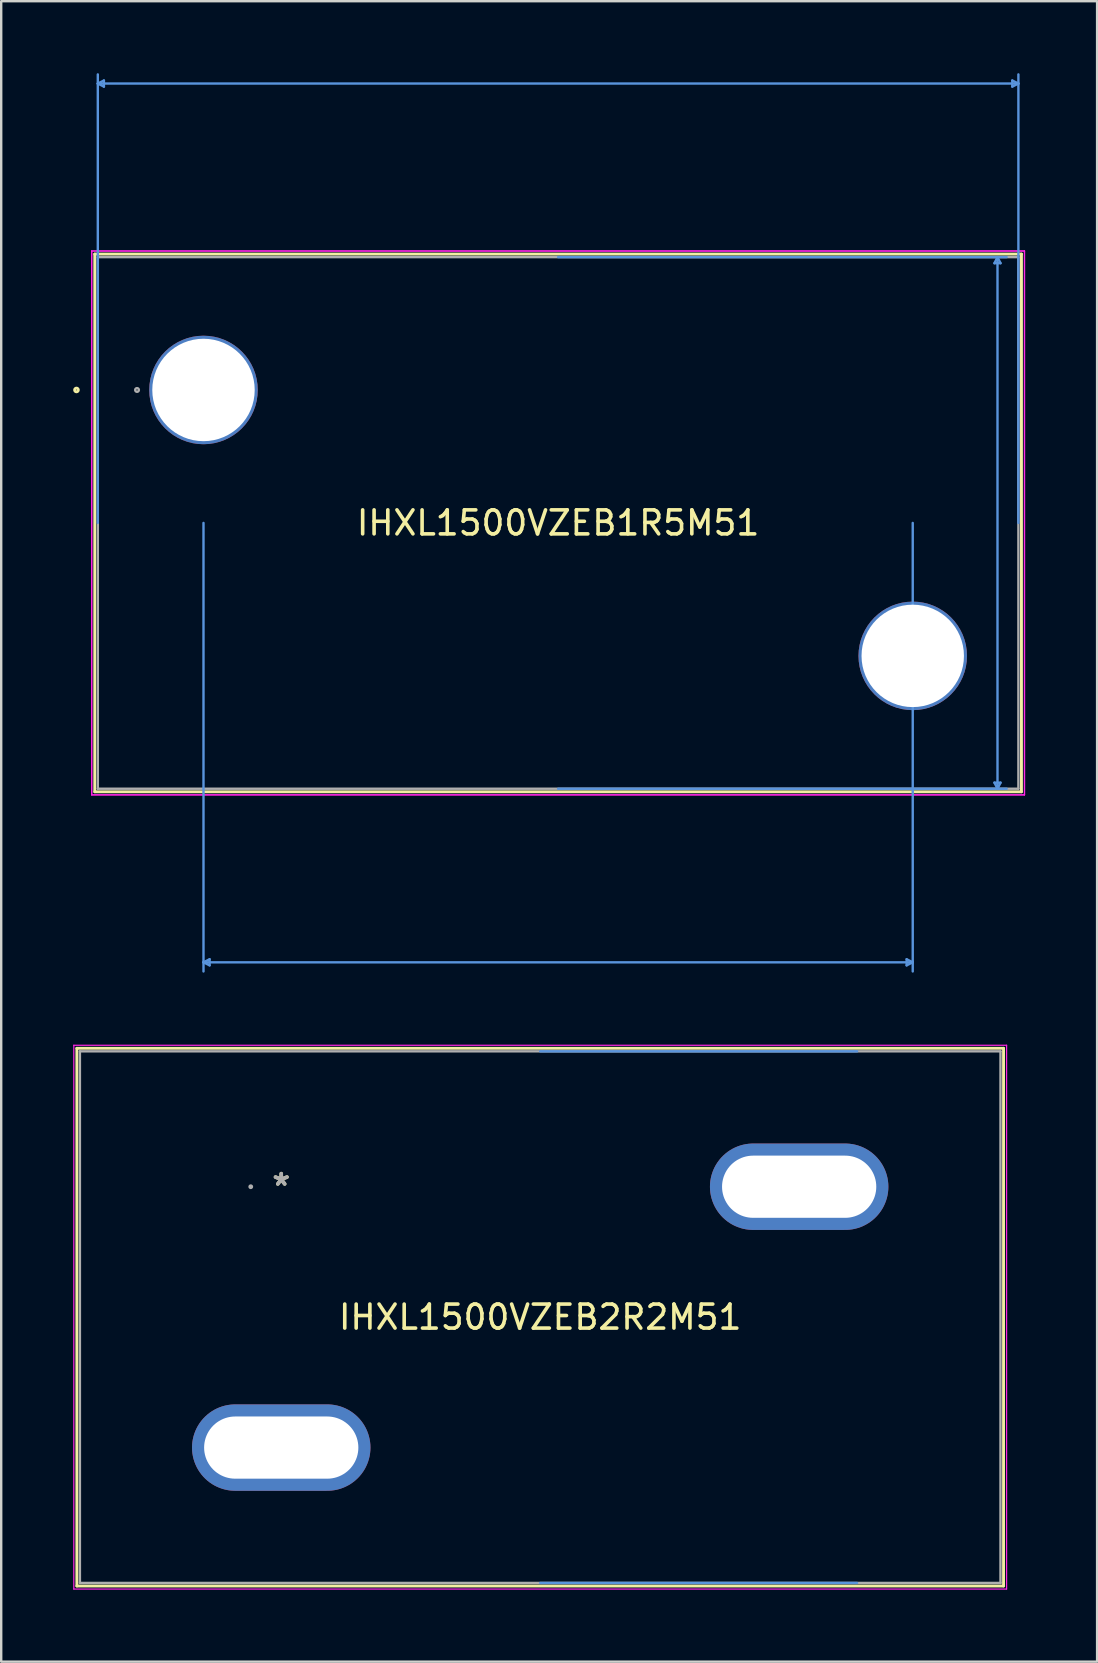
<source format=kicad_pcb>
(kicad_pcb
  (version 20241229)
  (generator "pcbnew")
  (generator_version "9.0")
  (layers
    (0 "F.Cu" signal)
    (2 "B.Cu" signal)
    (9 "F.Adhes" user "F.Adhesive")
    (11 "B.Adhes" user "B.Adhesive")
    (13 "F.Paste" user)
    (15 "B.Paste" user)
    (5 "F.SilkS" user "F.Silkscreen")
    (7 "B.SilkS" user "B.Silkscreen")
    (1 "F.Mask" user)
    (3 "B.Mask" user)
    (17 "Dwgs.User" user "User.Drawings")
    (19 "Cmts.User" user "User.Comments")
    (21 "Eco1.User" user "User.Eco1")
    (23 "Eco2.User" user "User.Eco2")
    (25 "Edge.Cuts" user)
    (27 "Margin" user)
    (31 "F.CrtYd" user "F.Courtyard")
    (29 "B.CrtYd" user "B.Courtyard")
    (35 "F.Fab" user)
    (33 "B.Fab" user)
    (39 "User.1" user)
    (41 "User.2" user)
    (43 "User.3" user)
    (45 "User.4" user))
  (footprint "IHXL1500VZEB2R2M51"
    (layer "F.Cu")
    (at 8.667 46.392)
    (property "Reference" "IHXL1500VZEB2R2M51" (at 10.789 5.434 0) (layer "F.SilkS") (effects (font (size 1 1) (thickness 0.15))))
    (attr through_hole)
    (fp_line (start -8.515 -5.767) (end -8.515 16.635) (stroke (width 0.12) (type solid)) (layer "F.SilkS"))
    (fp_line (start 30.093 -5.767) (end -8.515 -5.767) (stroke (width 0.12) (type solid)) (layer "F.SilkS"))
    (fp_line (start 30.093 -5.767) (end 30.093 16.635) (stroke (width 0.12) (type solid)) (layer "F.SilkS"))
    (fp_line (start 30.093 16.635) (end -8.515 16.635) (stroke (width 0.12) (type solid)) (layer "F.SilkS"))
    (fp_line (start 10.789 -5.64) (end 23.991 -5.64) (stroke (width 0.1) (type solid)) (layer "Cmts.User"))
    (fp_line (start 10.789 16.508) (end 23.991 16.508) (stroke (width 0.1) (type solid)) (layer "Cmts.User"))
    (fp_line (start -8.642 -5.894) (end 30.22 -5.894) (stroke (width 0.05) (type solid)) (layer "F.CrtYd"))
    (fp_line (start -8.642 16.762) (end -8.642 -5.894) (stroke (width 0.05) (type solid)) (layer "F.CrtYd"))
    (fp_line (start 30.22 -5.894) (end 30.22 16.762) (stroke (width 0.05) (type solid)) (layer "F.CrtYd"))
    (fp_line (start 30.22 16.762) (end -8.642 16.762) (stroke (width 0.05) (type solid)) (layer "F.CrtYd"))
    (fp_line (start -8.388 -5.64) (end -8.388 16.508) (stroke (width 0.1) (type solid)) (layer "F.Fab"))
    (fp_line (start 29.966 -5.64) (end -8.388 -5.64) (stroke (width 0.1) (type solid)) (layer "F.Fab"))
    (fp_line (start 29.966 -5.64) (end 29.966 16.508) (stroke (width 0.1) (type solid)) (layer "F.Fab"))
    (fp_line (start 29.966 16.508) (end -8.388 16.508) (stroke (width 0.1) (type solid)) (layer "F.Fab"))
    (fp_circle (center -1.27 0) (end -1.27 0) (stroke (width 0.1) (type solid)) (fill no) (layer "F.Fab"))
    (fp_text user "*" (at 0 0 0) (layer "F.SilkS") (effects (font (size 1 1) (thickness 0.15))))
    (fp_text user "Copyright 2021 Accelerated Designs. All rights reserved." (at 0 0 0) (layer "Cmts.User") (effects (font (size 0.127 0.127) (thickness 0.002))))
    (fp_text user "*" (at 0 0 0) (layer "F.Fab") (effects (font (size 1 1) (thickness 0.15))))
    (pad "1" thru_hole oval (at 0 10.868) (size 7.434 3.599) (drill oval 6.426 2.591) (layers "*.Cu" "*.Mask"))
    (pad "2" thru_hole oval (at 21.578 0) (size 7.434 3.599) (drill oval 6.426 2.591) (layers "*.Cu" "*.Mask")))
  (footprint "IHXL1500VZEB1R5M51"
    (layer "F.Cu")
    (at 5.428 13.197)
    (property "Reference" "IHXL1500VZEB1R5M51" (at 14.774 5.54 0) (layer "F.SilkS") (effects (font (size 1 1) (thickness 0.15))))
    (attr through_hole)
    (fp_line (start -4.53 -5.662) (end -4.53 16.741) (stroke (width 0.12) (type solid)) (layer "F.SilkS"))
    (fp_line (start 34.078 -5.662) (end -4.53 -5.662) (stroke (width 0.12) (type solid)) (layer "F.SilkS"))
    (fp_line (start 34.078 -5.662) (end 34.078 16.741) (stroke (width 0.12) (type solid)) (layer "F.SilkS"))
    (fp_line (start 34.078 16.741) (end -4.53 16.741) (stroke (width 0.12) (type solid)) (layer "F.SilkS"))
    (fp_circle (center -5.292 0) (end -5.215 0) (stroke (width 0.12) (type solid)) (fill no) (layer "F.SilkS"))
    (fp_line (start -4.403 -12.766) (end -4.149 -12.893) (stroke (width 0.1) (type solid)) (layer "Cmts.User"))
    (fp_line (start -4.403 -12.766) (end -4.149 -12.639) (stroke (width 0.1) (type solid)) (layer "Cmts.User"))
    (fp_line (start -4.403 -12.766) (end 33.951 -12.766) (stroke (width 0.1) (type solid)) (layer "Cmts.User"))
    (fp_line (start -4.403 5.54) (end -4.403 -13.147) (stroke (width 0.1) (type solid)) (layer "Cmts.User"))
    (fp_line (start -4.149 -12.893) (end -4.149 -12.639) (stroke (width 0.1) (type solid)) (layer "Cmts.User"))
    (fp_line (start 0 5.54) (end 0 24.226) (stroke (width 0.1) (type solid)) (layer "Cmts.User"))
    (fp_line (start 0 23.845) (end 0.254 23.718) (stroke (width 0.1) (type solid)) (layer "Cmts.User"))
    (fp_line (start 0 23.845) (end 0.254 23.972) (stroke (width 0.1) (type solid)) (layer "Cmts.User"))
    (fp_line (start 0 23.845) (end 29.549 23.845) (stroke (width 0.1) (type solid)) (layer "Cmts.User"))
    (fp_line (start 0.254 23.718) (end 0.254 23.972) (stroke (width 0.1) (type solid)) (layer "Cmts.User"))
    (fp_line (start 14.774 -5.535) (end 33.461 -5.535) (stroke (width 0.1) (type solid)) (layer "Cmts.User"))
    (fp_line (start 14.774 16.614) (end 33.461 16.614) (stroke (width 0.1) (type solid)) (layer "Cmts.User"))
    (fp_line (start 29.295 23.718) (end 29.295 23.972) (stroke (width 0.1) (type solid)) (layer "Cmts.User"))
    (fp_line (start 29.549 5.54) (end 29.549 24.226) (stroke (width 0.1) (type solid)) (layer "Cmts.User"))
    (fp_line (start 29.549 23.845) (end 29.295 23.718) (stroke (width 0.1) (type solid)) (layer "Cmts.User"))
    (fp_line (start 29.549 23.845) (end 29.295 23.972) (stroke (width 0.1) (type solid)) (layer "Cmts.User"))
    (fp_line (start 32.953 -5.281) (end 33.207 -5.281) (stroke (width 0.1) (type solid)) (layer "Cmts.User"))
    (fp_line (start 32.953 16.36) (end 33.207 16.36) (stroke (width 0.1) (type solid)) (layer "Cmts.User"))
    (fp_line (start 33.08 -5.535) (end 32.953 -5.281) (stroke (width 0.1) (type solid)) (layer "Cmts.User"))
    (fp_line (start 33.08 -5.535) (end 33.08 16.614) (stroke (width 0.1) (type solid)) (layer "Cmts.User"))
    (fp_line (start 33.08 -5.535) (end 33.207 -5.281) (stroke (width 0.1) (type solid)) (layer "Cmts.User"))
    (fp_line (start 33.08 16.614) (end 32.953 16.36) (stroke (width 0.1) (type solid)) (layer "Cmts.User"))
    (fp_line (start 33.08 16.614) (end 33.207 16.36) (stroke (width 0.1) (type solid)) (layer "Cmts.User"))
    (fp_line (start 33.697 -12.893) (end 33.697 -12.639) (stroke (width 0.1) (type solid)) (layer "Cmts.User"))
    (fp_line (start 33.951 -12.766) (end 33.697 -12.893) (stroke (width 0.1) (type solid)) (layer "Cmts.User"))
    (fp_line (start 33.951 -12.766) (end 33.697 -12.639) (stroke (width 0.1) (type solid)) (layer "Cmts.User"))
    (fp_line (start 33.951 5.54) (end 33.951 -13.147) (stroke (width 0.1) (type solid)) (layer "Cmts.User"))
    (fp_line (start -4.657 -5.789) (end 34.205 -5.789) (stroke (width 0.05) (type solid)) (layer "F.CrtYd"))
    (fp_line (start -4.657 -5.789) (end 34.205 -5.789) (stroke (width 0.05) (type solid)) (layer "F.CrtYd"))
    (fp_line (start -4.657 16.868) (end -4.657 -5.789) (stroke (width 0.05) (type solid)) (layer "F.CrtYd"))
    (fp_line (start -4.657 16.868) (end -4.657 -5.789) (stroke (width 0.05) (type solid)) (layer "F.CrtYd"))
    (fp_line (start 34.205 -5.789) (end 34.205 16.868) (stroke (width 0.05) (type solid)) (layer "F.CrtYd"))
    (fp_line (start 34.205 -5.789) (end 34.205 16.868) (stroke (width 0.05) (type solid)) (layer "F.CrtYd"))
    (fp_line (start 34.205 16.868) (end -4.657 16.868) (stroke (width 0.05) (type solid)) (layer "F.CrtYd"))
    (fp_line (start 34.205 16.868) (end -4.657 16.868) (stroke (width 0.05) (type solid)) (layer "F.CrtYd"))
    (fp_line (start -4.403 -5.535) (end -4.403 16.614) (stroke (width 0.1) (type solid)) (layer "F.Fab"))
    (fp_line (start 33.951 -5.535) (end -4.403 -5.535) (stroke (width 0.1) (type solid)) (layer "F.Fab"))
    (fp_line (start 33.951 -5.535) (end 33.951 16.614) (stroke (width 0.1) (type solid)) (layer "F.Fab"))
    (fp_line (start 33.951 16.614) (end -4.403 16.614) (stroke (width 0.1) (type solid)) (layer "F.Fab"))
    (fp_circle (center -2.769 0) (end -2.692 0) (stroke (width 0.1) (type solid)) (fill no) (layer "F.Fab"))
    (fp_text user "*" (at 0 0 0) (layer "F.SilkS") (effects (font (size 1 1) (thickness 0.15))))
    (fp_text user "Copyright 2021 Accelerated Designs. All rights reserved." (at 0 0 0) (layer "Cmts.User") (effects (font (size 0.127 0.127) (thickness 0.002))))
    (fp_text user "*" (at 0 0 0) (layer "F.Fab") (effects (font (size 1 1) (thickness 0.15))))
    (pad "1" thru_hole circle (at 0 0) (size 4.521 4.521) (drill 4.267) (layers "*.Cu" "*.Mask"))
    (pad "3" thru_hole circle (at 29.549 11.079) (size 4.521 4.521) (drill 4.267) (layers "*.Cu" "*.Mask")))
  (gr_rect
    (start -3 -3)
    (end 42.658 66.179)
    (stroke (width 0.1) (type default))
    (fill no)
    (layer "Edge.Cuts")))
</source>
